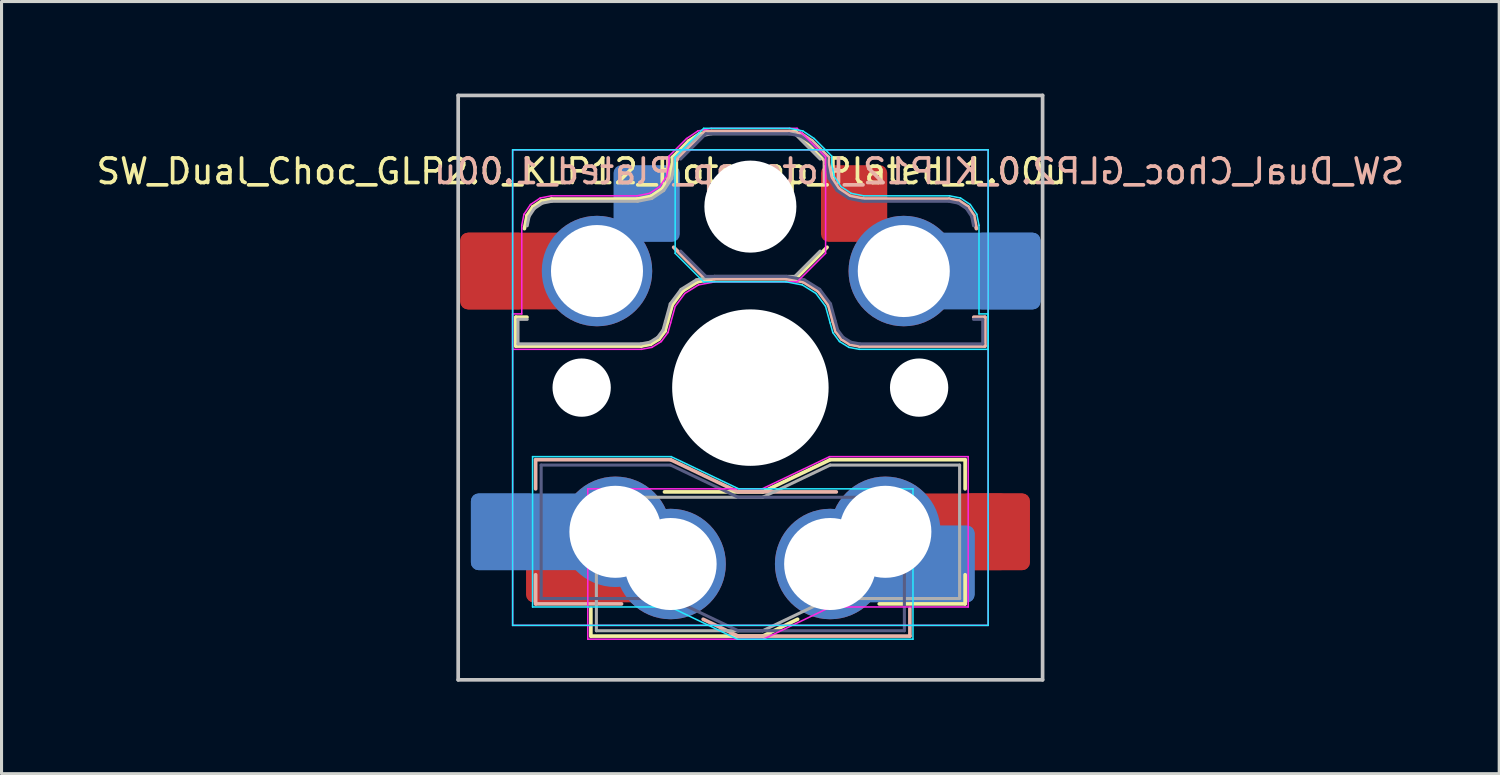
<source format=kicad_pcb>
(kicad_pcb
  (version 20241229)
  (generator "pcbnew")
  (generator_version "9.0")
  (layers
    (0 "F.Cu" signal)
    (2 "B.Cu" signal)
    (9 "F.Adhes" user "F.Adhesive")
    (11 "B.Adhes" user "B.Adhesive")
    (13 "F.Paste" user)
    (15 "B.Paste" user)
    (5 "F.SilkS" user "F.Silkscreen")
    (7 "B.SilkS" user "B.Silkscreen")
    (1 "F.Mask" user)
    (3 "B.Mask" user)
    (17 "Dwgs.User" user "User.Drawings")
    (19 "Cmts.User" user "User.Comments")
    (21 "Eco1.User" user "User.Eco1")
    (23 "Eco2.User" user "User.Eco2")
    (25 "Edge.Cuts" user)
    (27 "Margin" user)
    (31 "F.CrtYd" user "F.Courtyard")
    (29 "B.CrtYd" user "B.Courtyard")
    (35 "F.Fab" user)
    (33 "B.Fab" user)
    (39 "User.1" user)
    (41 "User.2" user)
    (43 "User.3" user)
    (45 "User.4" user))
  (footprint "SW_Dual_Choc_GLP2.0_KLP12_Hotswap_Plated_1.00u"
    (layer "F.Cu")
    (at 21.41 9.585)
    (property "Reference" "SW_Dual_Choc_GLP2.0_KLP12_Hotswap_Plated_1.00u" (at 5.5 -7.05 180) (layer "B.SilkS") (effects (font (size 0.8 0.8) (thickness 0.12)) (justify mirror)))
    (attr smd)
    (fp_line (start -7.646 -2.296) (end -7.646 -1.354) (stroke (width 0.12) (type solid)) (layer "F.SilkS"))
    (fp_line (start -7.646 -1.354) (end -3.56 -1.354) (stroke (width 0.12) (type solid)) (layer "F.SilkS"))
    (fp_line (start -7.283 -2.296) (end -7.646 -2.296) (stroke (width 0.12) (type solid)) (layer "F.SilkS"))
    (fp_line (start -7.281 -5.609) (end -7.366 -5.182) (stroke (width 0.12) (type solid)) (layer "F.SilkS"))
    (fp_line (start -7.092 -5.892) (end -7.281 -5.609) (stroke (width 0.12) (type solid)) (layer "F.SilkS"))
    (fp_line (start -6.809 -6.081) (end -7.092 -5.892) (stroke (width 0.12) (type solid)) (layer "F.SilkS"))
    (fp_line (start -6.482 -6.146) (end -6.809 -6.081) (stroke (width 0.12) (type solid)) (layer "F.SilkS"))
    (fp_line (start -5.2 8.1) (end -5.2 7.2) (stroke (width 0.12) (type solid)) (layer "F.SilkS"))
    (fp_line (start -5.2 8.1) (end 0.4 8.1) (stroke (width 0.12) (type solid)) (layer "F.SilkS"))
    (fp_line (start -3.682 -6.146) (end -6.482 -6.146) (stroke (width 0.12) (type solid)) (layer "F.SilkS"))
    (fp_line (start -3.56 -1.354) (end -3.25 -1.413) (stroke (width 0.12) (type solid)) (layer "F.SilkS"))
    (fp_line (start -3.25 -1.413) (end -2.976 -1.583) (stroke (width 0.12) (type solid)) (layer "F.SilkS"))
    (fp_line (start -3.244 -6.233) (end -3.682 -6.146) (stroke (width 0.12) (type solid)) (layer "F.SilkS"))
    (fp_line (start -2.976 -1.583) (end -2.783 -1.841) (stroke (width 0.12) (type solid)) (layer "F.SilkS"))
    (fp_line (start -2.877 -6.477) (end -3.244 -6.233) (stroke (width 0.12) (type solid)) (layer "F.SilkS"))
    (fp_line (start -2.783 -1.841) (end -2.701 -2.139) (stroke (width 0.12) (type solid)) (layer "F.SilkS"))
    (fp_line (start -2.701 -2.139) (end -2.547 -2.697) (stroke (width 0.12) (type solid)) (layer "F.SilkS"))
    (fp_line (start -2.633 -6.844) (end -2.877 -6.477) (stroke (width 0.12) (type solid)) (layer "F.SilkS"))
    (fp_line (start -2.547 -2.697) (end -2.209 -3.15) (stroke (width 0.12) (type solid)) (layer "F.SilkS"))
    (fp_line (start -2.546 -7.504) (end -2.546 -7.282) (stroke (width 0.12) (type solid)) (layer "F.SilkS"))
    (fp_line (start -2.546 -7.282) (end -2.633 -6.844) (stroke (width 0.12) (type solid)) (layer "F.SilkS"))
    (fp_line (start -2.209 -3.15) (end -1.73 -3.449) (stroke (width 0.12) (type solid)) (layer "F.SilkS"))
    (fp_line (start -2.013 -8.037) (end -2.546 -7.504) (stroke (width 0.12) (type solid)) (layer "F.SilkS"))
    (fp_line (start -1.73 -3.449) (end -1.168 -3.554) (stroke (width 0.12) (type solid)) (layer "F.SilkS"))
    (fp_line (start -1.671 -8.266) (end -2.013 -8.037) (stroke (width 0.12) (type solid)) (layer "F.SilkS"))
    (fp_line (start -1.268 -8.346) (end -1.671 -8.266) (stroke (width 0.12) (type solid)) (layer "F.SilkS"))
    (fp_line (start -1.168 -3.554) (end 1.479 -3.554) (stroke (width 0.12) (type solid)) (layer "F.SilkS"))
    (fp_line (start 0.4 3.4) (end -2.8 3.4) (stroke (width 0.12) (type solid)) (layer "F.SilkS"))
    (fp_line (start 1.479 -8.346) (end -1.268 -8.346) (stroke (width 0.12) (type solid)) (layer "F.SilkS"))
    (fp_line (start 1.479 -3.554) (end 2.5 -4.575) (stroke (width 0.12) (type solid)) (layer "F.SilkS"))
    (fp_line (start 1.54 7.55) (end 0.4 8.1) (stroke (width 0.12) (type solid)) (layer "F.SilkS"))
    (fp_line (start 2.416 -7.409) (end 1.479 -8.346) (stroke (width 0.12) (type solid)) (layer "F.SilkS"))
    (fp_line (start 2.6 2.35) (end 0.4 3.4) (stroke (width 0.12) (type solid)) (layer "F.SilkS"))
    (fp_line (start 7 2.35) (end 2.6 2.35) (stroke (width 0.12) (type solid)) (layer "F.SilkS"))
    (fp_line (start 7 2.35) (end 7 3.3) (stroke (width 0.12) (type solid)) (layer "F.SilkS"))
    (fp_line (start 7 7.05) (end 4.2 7.05) (stroke (width 0.12) (type solid)) (layer "F.SilkS"))
    (fp_line (start 7 7.05) (end 7 6.1) (stroke (width 0.12) (type solid)) (layer "F.SilkS"))
    (fp_line (start -7 2.35) (end -7 3.3) (stroke (width 0.12) (type solid)) (layer "B.SilkS"))
    (fp_line (start -7 2.35) (end -2.6 2.35) (stroke (width 0.12) (type solid)) (layer "B.SilkS"))
    (fp_line (start -7 7.05) (end -7 6.1) (stroke (width 0.12) (type solid)) (layer "B.SilkS"))
    (fp_line (start -7 7.05) (end -4.2 7.05) (stroke (width 0.12) (type solid)) (layer "B.SilkS"))
    (fp_line (start -2.6 2.35) (end -0.4 3.4) (stroke (width 0.12) (type solid)) (layer "B.SilkS"))
    (fp_line (start -2.416 -7.409) (end -1.479 -8.346) (stroke (width 0.12) (type solid)) (layer "B.SilkS"))
    (fp_line (start -1.479 -8.346) (end 1.268 -8.346) (stroke (width 0.12) (type solid)) (layer "B.SilkS"))
    (fp_line (start -1.479 -3.554) (end -2.5 -4.575) (stroke (width 0.12) (type solid)) (layer "B.SilkS"))
    (fp_line (start -0.4 8.1) (end -1.54 7.55) (stroke (width 0.12) (type solid)) (layer "B.SilkS"))
    (fp_line (start 1.168 -3.554) (end -1.479 -3.554) (stroke (width 0.12) (type solid)) (layer "B.SilkS"))
    (fp_line (start 1.268 -8.346) (end 1.671 -8.266) (stroke (width 0.12) (type solid)) (layer "B.SilkS"))
    (fp_line (start 1.671 -8.266) (end 2.013 -8.037) (stroke (width 0.12) (type solid)) (layer "B.SilkS"))
    (fp_line (start 1.73 -3.449) (end 1.168 -3.554) (stroke (width 0.12) (type solid)) (layer "B.SilkS"))
    (fp_line (start 2.013 -8.037) (end 2.546 -7.504) (stroke (width 0.12) (type solid)) (layer "B.SilkS"))
    (fp_line (start 2.209 -3.15) (end 1.73 -3.449) (stroke (width 0.12) (type solid)) (layer "B.SilkS"))
    (fp_line (start 2.546 -7.504) (end 2.546 -7.282) (stroke (width 0.12) (type solid)) (layer "B.SilkS"))
    (fp_line (start 2.546 -7.282) (end 2.633 -6.844) (stroke (width 0.12) (type solid)) (layer "B.SilkS"))
    (fp_line (start 2.547 -2.697) (end 2.209 -3.15) (stroke (width 0.12) (type solid)) (layer "B.SilkS"))
    (fp_line (start 2.633 -6.844) (end 2.877 -6.477) (stroke (width 0.12) (type solid)) (layer "B.SilkS"))
    (fp_line (start 2.701 -2.139) (end 2.547 -2.697) (stroke (width 0.12) (type solid)) (layer "B.SilkS"))
    (fp_line (start 2.783 -1.841) (end 2.701 -2.139) (stroke (width 0.12) (type solid)) (layer "B.SilkS"))
    (fp_line (start 2.8 3.4) (end -0.4 3.4) (stroke (width 0.12) (type solid)) (layer "B.SilkS"))
    (fp_line (start 2.877 -6.477) (end 3.244 -6.233) (stroke (width 0.12) (type solid)) (layer "B.SilkS"))
    (fp_line (start 2.976 -1.583) (end 2.783 -1.841) (stroke (width 0.12) (type solid)) (layer "B.SilkS"))
    (fp_line (start 3.244 -6.233) (end 3.682 -6.146) (stroke (width 0.12) (type solid)) (layer "B.SilkS"))
    (fp_line (start 3.25 -1.413) (end 2.976 -1.583) (stroke (width 0.12) (type solid)) (layer "B.SilkS"))
    (fp_line (start 3.56 -1.354) (end 3.25 -1.413) (stroke (width 0.12) (type solid)) (layer "B.SilkS"))
    (fp_line (start 3.682 -6.146) (end 6.482 -6.146) (stroke (width 0.12) (type solid)) (layer "B.SilkS"))
    (fp_line (start 5.2 8.1) (end -0.4 8.1) (stroke (width 0.12) (type solid)) (layer "B.SilkS"))
    (fp_line (start 5.2 8.1) (end 5.2 7.2) (stroke (width 0.12) (type solid)) (layer "B.SilkS"))
    (fp_line (start 6.482 -6.146) (end 6.809 -6.081) (stroke (width 0.12) (type solid)) (layer "B.SilkS"))
    (fp_line (start 6.809 -6.081) (end 7.092 -5.892) (stroke (width 0.12) (type solid)) (layer "B.SilkS"))
    (fp_line (start 7.092 -5.892) (end 7.281 -5.609) (stroke (width 0.12) (type solid)) (layer "B.SilkS"))
    (fp_line (start 7.281 -5.609) (end 7.366 -5.182) (stroke (width 0.12) (type solid)) (layer "B.SilkS"))
    (fp_line (start 7.283 -2.296) (end 7.646 -2.296) (stroke (width 0.12) (type solid)) (layer "B.SilkS"))
    (fp_line (start 7.646 -2.296) (end 7.646 -1.354) (stroke (width 0.12) (type solid)) (layer "B.SilkS"))
    (fp_line (start 7.646 -1.354) (end 3.56 -1.354) (stroke (width 0.12) (type solid)) (layer "B.SilkS"))
    (fp_line (start -9.525 -9.525) (end -9.525 9.525) (stroke (width 0.12) (type default)) (layer "Dwgs.User"))
    (fp_line (start -9.525 -9.525) (end 9.525 -9.525) (stroke (width 0.12) (type default)) (layer "Dwgs.User"))
    (fp_line (start 9.525 -9.525) (end 9.525 9.525) (stroke (width 0.12) (type default)) (layer "Dwgs.User"))
    (fp_line (start 9.525 9.525) (end -9.525 9.525) (stroke (width 0.12) (type default)) (layer "Dwgs.User"))
    (fp_line (start -7.75 -7.75) (end -7.75 7.75) (stroke (width 0.05) (type solid)) (layer "B.CrtYd"))
    (fp_line (start -7.75 -7.75) (end 7.75 -7.75) (stroke (width 0.05) (type default)) (layer "B.CrtYd"))
    (fp_line (start -7.75 7.75) (end 7.75 7.75) (stroke (width 0.05) (type solid)) (layer "B.CrtYd"))
    (fp_line (start -7.1 2.25) (end -7.1 7.15) (stroke (width 0.05) (type solid)) (layer "B.CrtYd"))
    (fp_line (start -7.1 2.25) (end -2.58 2.25) (stroke (width 0.05) (type solid)) (layer "B.CrtYd"))
    (fp_line (start -7.1 7.15) (end -2.615 7.15) (stroke (width 0.05) (type solid)) (layer "B.CrtYd"))
    (fp_line (start -2.615 7.15) (end -0.425 8.2) (stroke (width 0.05) (type solid)) (layer "B.CrtYd"))
    (fp_line (start -2.58 2.25) (end -0.38 3.3) (stroke (width 0.05) (type solid)) (layer "B.CrtYd"))
    (fp_line (start -2.452 -7.523) (end -1.523 -8.452) (stroke (width 0.05) (type solid)) (layer "B.CrtYd"))
    (fp_line (start -2.452 -4.377) (end -2.452 -7.523) (stroke (width 0.05) (type solid)) (layer "B.CrtYd"))
    (fp_line (start -1.523 -8.452) (end 1.278 -8.452) (stroke (width 0.05) (type solid)) (layer "B.CrtYd"))
    (fp_line (start -1.523 -3.448) (end -2.452 -4.377) (stroke (width 0.05) (type solid)) (layer "B.CrtYd"))
    (fp_line (start 1.159 -3.448) (end -1.523 -3.448) (stroke (width 0.05) (type solid)) (layer "B.CrtYd"))
    (fp_line (start 1.278 -8.452) (end 1.712 -8.366) (stroke (width 0.05) (type solid)) (layer "B.CrtYd"))
    (fp_line (start 1.691 -3.348) (end 1.159 -3.448) (stroke (width 0.05) (type solid)) (layer "B.CrtYd"))
    (fp_line (start 1.712 -8.366) (end 2.081 -8.119) (stroke (width 0.05) (type solid)) (layer "B.CrtYd"))
    (fp_line (start 2.081 -8.119) (end 2.652 -7.548) (stroke (width 0.05) (type solid)) (layer "B.CrtYd"))
    (fp_line (start 2.136 -3.071) (end 1.691 -3.348) (stroke (width 0.05) (type solid)) (layer "B.CrtYd"))
    (fp_line (start 2.45 -2.65) (end 2.136 -3.071) (stroke (width 0.05) (type solid)) (layer "B.CrtYd"))
    (fp_line (start 2.599 -2.111) (end 2.45 -2.65) (stroke (width 0.05) (type solid)) (layer "B.CrtYd"))
    (fp_line (start 2.652 -7.548) (end 2.652 -7.292) (stroke (width 0.05) (type solid)) (layer "B.CrtYd"))
    (fp_line (start 2.652 -7.292) (end 2.733 -6.885) (stroke (width 0.05) (type solid)) (layer "B.CrtYd"))
    (fp_line (start 2.687 -1.794) (end 2.599 -2.111) (stroke (width 0.05) (type solid)) (layer "B.CrtYd"))
    (fp_line (start 2.733 -6.885) (end 2.953 -6.553) (stroke (width 0.05) (type solid)) (layer "B.CrtYd"))
    (fp_line (start 2.903 -1.503) (end 2.687 -1.794) (stroke (width 0.05) (type solid)) (layer "B.CrtYd"))
    (fp_line (start 2.953 -6.553) (end 3.285 -6.333) (stroke (width 0.05) (type solid)) (layer "B.CrtYd"))
    (fp_line (start 3.211 -1.312) (end 2.903 -1.503) (stroke (width 0.05) (type solid)) (layer "B.CrtYd"))
    (fp_line (start 3.285 -6.333) (end 3.692 -6.252) (stroke (width 0.05) (type solid)) (layer "B.CrtYd"))
    (fp_line (start 3.55 -1.248) (end 3.211 -1.312) (stroke (width 0.05) (type solid)) (layer "B.CrtYd"))
    (fp_line (start 3.692 -6.252) (end 6.492 -6.252) (stroke (width 0.05) (type solid)) (layer "B.CrtYd"))
    (fp_line (start 5.3 3.3) (end -0.38 3.3) (stroke (width 0.05) (type solid)) (layer "B.CrtYd"))
    (fp_line (start 5.3 3.3) (end 5.3 8.2) (stroke (width 0.05) (type solid)) (layer "B.CrtYd"))
    (fp_line (start 5.3 8.2) (end -0.425 8.2) (stroke (width 0.05) (type solid)) (layer "B.CrtYd"))
    (fp_line (start 6.492 -6.252) (end 6.85 -6.181) (stroke (width 0.05) (type solid)) (layer "B.CrtYd"))
    (fp_line (start 6.85 -6.181) (end 7.168 -5.968) (stroke (width 0.05) (type solid)) (layer "B.CrtYd"))
    (fp_line (start 7.168 -5.968) (end 7.381 -5.65) (stroke (width 0.05) (type solid)) (layer "B.CrtYd"))
    (fp_line (start 7.381 -5.65) (end 7.452 -5.292) (stroke (width 0.05) (type solid)) (layer "B.CrtYd"))
    (fp_line (start 7.452 -5.292) (end 7.452 -2.402) (stroke (width 0.05) (type solid)) (layer "B.CrtYd"))
    (fp_line (start 7.452 -2.402) (end 7.752 -2.402) (stroke (width 0.05) (type solid)) (layer "B.CrtYd"))
    (fp_line (start 7.75 7.75) (end 7.75 -7.75) (stroke (width 0.05) (type solid)) (layer "B.CrtYd"))
    (fp_line (start 7.752 -2.402) (end 7.752 -1.248) (stroke (width 0.05) (type solid)) (layer "B.CrtYd"))
    (fp_line (start 7.752 -1.248) (end 3.55 -1.248) (stroke (width 0.05) (type solid)) (layer "B.CrtYd"))
    (fp_line (start -7.752 -2.402) (end -7.752 -1.248) (stroke (width 0.05) (type solid)) (layer "F.CrtYd"))
    (fp_line (start -7.752 -1.248) (end -3.55 -1.248) (stroke (width 0.05) (type solid)) (layer "F.CrtYd"))
    (fp_line (start -7.75 -7.75) (end 7.75 -7.75) (stroke (width 0.05) (type default)) (layer "F.CrtYd"))
    (fp_line (start -7.75 7.75) (end -7.75 -7.75) (stroke (width 0.05) (type solid)) (layer "F.CrtYd"))
    (fp_line (start -7.452 -5.292) (end -7.452 -2.402) (stroke (width 0.05) (type solid)) (layer "F.CrtYd"))
    (fp_line (start -7.452 -2.402) (end -7.752 -2.402) (stroke (width 0.05) (type solid)) (layer "F.CrtYd"))
    (fp_line (start -7.381 -5.65) (end -7.452 -5.292) (stroke (width 0.05) (type solid)) (layer "F.CrtYd"))
    (fp_line (start -7.168 -5.968) (end -7.381 -5.65) (stroke (width 0.05) (type solid)) (layer "F.CrtYd"))
    (fp_line (start -6.85 -6.181) (end -7.168 -5.968) (stroke (width 0.05) (type solid)) (layer "F.CrtYd"))
    (fp_line (start -6.492 -6.252) (end -6.85 -6.181) (stroke (width 0.05) (type solid)) (layer "F.CrtYd"))
    (fp_line (start -5.3 3.3) (end -5.3 8.2) (stroke (width 0.05) (type solid)) (layer "F.CrtYd"))
    (fp_line (start -5.3 3.3) (end 0.38 3.3) (stroke (width 0.05) (type solid)) (layer "F.CrtYd"))
    (fp_line (start -5.3 8.2) (end 0.425 8.2) (stroke (width 0.05) (type solid)) (layer "F.CrtYd"))
    (fp_line (start -3.692 -6.252) (end -6.492 -6.252) (stroke (width 0.05) (type solid)) (layer "F.CrtYd"))
    (fp_line (start -3.55 -1.248) (end -3.211 -1.312) (stroke (width 0.05) (type solid)) (layer "F.CrtYd"))
    (fp_line (start -3.285 -6.333) (end -3.692 -6.252) (stroke (width 0.05) (type solid)) (layer "F.CrtYd"))
    (fp_line (start -3.211 -1.312) (end -2.903 -1.503) (stroke (width 0.05) (type solid)) (layer "F.CrtYd"))
    (fp_line (start -2.953 -6.553) (end -3.285 -6.333) (stroke (width 0.05) (type solid)) (layer "F.CrtYd"))
    (fp_line (start -2.903 -1.503) (end -2.687 -1.794) (stroke (width 0.05) (type solid)) (layer "F.CrtYd"))
    (fp_line (start -2.733 -6.885) (end -2.953 -6.553) (stroke (width 0.05) (type solid)) (layer "F.CrtYd"))
    (fp_line (start -2.687 -1.794) (end -2.599 -2.111) (stroke (width 0.05) (type solid)) (layer "F.CrtYd"))
    (fp_line (start -2.652 -7.548) (end -2.652 -7.292) (stroke (width 0.05) (type solid)) (layer "F.CrtYd"))
    (fp_line (start -2.652 -7.292) (end -2.733 -6.885) (stroke (width 0.05) (type solid)) (layer "F.CrtYd"))
    (fp_line (start -2.599 -2.111) (end -2.45 -2.65) (stroke (width 0.05) (type solid)) (layer "F.CrtYd"))
    (fp_line (start -2.45 -2.65) (end -2.136 -3.071) (stroke (width 0.05) (type solid)) (layer "F.CrtYd"))
    (fp_line (start -2.136 -3.071) (end -1.691 -3.348) (stroke (width 0.05) (type solid)) (layer "F.CrtYd"))
    (fp_line (start -2.081 -8.119) (end -2.652 -7.548) (stroke (width 0.05) (type solid)) (layer "F.CrtYd"))
    (fp_line (start -1.712 -8.366) (end -2.081 -8.119) (stroke (width 0.05) (type solid)) (layer "F.CrtYd"))
    (fp_line (start -1.691 -3.348) (end -1.159 -3.448) (stroke (width 0.05) (type solid)) (layer "F.CrtYd"))
    (fp_line (start -1.278 -8.452) (end -1.712 -8.366) (stroke (width 0.05) (type solid)) (layer "F.CrtYd"))
    (fp_line (start -1.159 -3.448) (end 1.523 -3.448) (stroke (width 0.05) (type solid)) (layer "F.CrtYd"))
    (fp_line (start 1.523 -8.452) (end -1.278 -8.452) (stroke (width 0.05) (type solid)) (layer "F.CrtYd"))
    (fp_line (start 1.523 -3.448) (end 2.452 -4.377) (stroke (width 0.05) (type solid)) (layer "F.CrtYd"))
    (fp_line (start 2.452 -7.523) (end 1.523 -8.452) (stroke (width 0.05) (type solid)) (layer "F.CrtYd"))
    (fp_line (start 2.452 -4.377) (end 2.452 -7.523) (stroke (width 0.05) (type solid)) (layer "F.CrtYd"))
    (fp_line (start 2.58 2.25) (end 0.38 3.3) (stroke (width 0.05) (type solid)) (layer "F.CrtYd"))
    (fp_line (start 2.615 7.15) (end 0.425 8.2) (stroke (width 0.05) (type solid)) (layer "F.CrtYd"))
    (fp_line (start 7.1 2.25) (end 2.58 2.25) (stroke (width 0.05) (type solid)) (layer "F.CrtYd"))
    (fp_line (start 7.1 2.25) (end 7.1 7.15) (stroke (width 0.05) (type solid)) (layer "F.CrtYd"))
    (fp_line (start 7.1 7.15) (end 2.615 7.15) (stroke (width 0.05) (type solid)) (layer "F.CrtYd"))
    (fp_line (start 7.75 -7.75) (end 7.75 7.75) (stroke (width 0.05) (type solid)) (layer "F.CrtYd"))
    (fp_line (start 7.75 7.75) (end -7.75 7.75) (stroke (width 0.05) (type solid)) (layer "F.CrtYd"))
    (fp_line (start -6.82 2.525) (end -6.82 6.875) (stroke (width 0.1) (type solid)) (layer "B.Fab"))
    (fp_line (start -6.82 2.525) (end -2.6 2.525) (stroke (width 0.1) (type solid)) (layer "B.Fab"))
    (fp_line (start -6.82 6.875) (end -2.6 6.875) (stroke (width 0.1) (type solid)) (layer "B.Fab"))
    (fp_line (start -2.6 2.525) (end -0.4 3.575) (stroke (width 0.1) (type solid)) (layer "B.Fab"))
    (fp_line (start -2.6 6.875) (end -0.4 7.925) (stroke (width 0.1) (type solid)) (layer "B.Fab"))
    (fp_line (start -2.275 -7.45) (end -1.45 -8.275) (stroke (width 0.1) (type solid)) (layer "B.Fab"))
    (fp_line (start -1.45 -8.275) (end 1.261 -8.275) (stroke (width 0.1) (type solid)) (layer "B.Fab"))
    (fp_line (start -1.45 -3.625) (end -2.275 -4.45) (stroke (width 0.1) (type solid)) (layer "B.Fab"))
    (fp_line (start 0.4 7.925) (end -0.4 7.925) (stroke (width 0.1) (type solid)) (layer "B.Fab"))
    (fp_line (start 1.175 -3.625) (end -1.45 -3.625) (stroke (width 0.1) (type solid)) (layer "B.Fab"))
    (fp_line (start 1.261 -8.275) (end 1.643 -8.199) (stroke (width 0.1) (type solid)) (layer "B.Fab"))
    (fp_line (start 1.643 -8.199) (end 1.968 -7.982) (stroke (width 0.1) (type solid)) (layer "B.Fab"))
    (fp_line (start 1.756 -3.516) (end 1.175 -3.625) (stroke (width 0.1) (type solid)) (layer "B.Fab"))
    (fp_line (start 1.968 -7.982) (end 2.475 -7.475) (stroke (width 0.1) (type solid)) (layer "B.Fab"))
    (fp_line (start 2.258 -3.203) (end 1.756 -3.516) (stroke (width 0.1) (type solid)) (layer "B.Fab"))
    (fp_line (start 2.475 -7.475) (end 2.475 -7.275) (stroke (width 0.1) (type solid)) (layer "B.Fab"))
    (fp_line (start 2.475 -7.275) (end 2.566 -6.816) (stroke (width 0.1) (type solid)) (layer "B.Fab"))
    (fp_line (start 2.566 -6.816) (end 2.826 -6.426) (stroke (width 0.1) (type solid)) (layer "B.Fab"))
    (fp_line (start 2.612 -2.729) (end 2.258 -3.203) (stroke (width 0.1) (type solid)) (layer "B.Fab"))
    (fp_line (start 2.769 -2.158) (end 2.612 -2.729) (stroke (width 0.1) (type solid)) (layer "B.Fab"))
    (fp_line (start 2.826 -6.426) (end 3.216 -6.166) (stroke (width 0.1) (type solid)) (layer "B.Fab"))
    (fp_line (start 2.848 -1.873) (end 2.769 -2.158) (stroke (width 0.1) (type solid)) (layer "B.Fab"))
    (fp_line (start 3.025 -1.636) (end 2.848 -1.873) (stroke (width 0.1) (type solid)) (layer "B.Fab"))
    (fp_line (start 3.216 -6.166) (end 3.675 -6.075) (stroke (width 0.1) (type solid)) (layer "B.Fab"))
    (fp_line (start 3.276 -1.48) (end 3.025 -1.636) (stroke (width 0.1) (type solid)) (layer "B.Fab"))
    (fp_line (start 3.567 -1.425) (end 3.276 -1.48) (stroke (width 0.1) (type solid)) (layer "B.Fab"))
    (fp_line (start 3.675 -6.075) (end 6.475 -6.075) (stroke (width 0.1) (type solid)) (layer "B.Fab"))
    (fp_line (start 5.02 3.575) (end -0.4 3.575) (stroke (width 0.1) (type solid)) (layer "B.Fab"))
    (fp_line (start 5.02 3.575) (end 5.02 7.925) (stroke (width 0.1) (type solid)) (layer "B.Fab"))
    (fp_line (start 5.02 7.925) (end 0.4 7.925) (stroke (width 0.1) (type solid)) (layer "B.Fab"))
    (fp_line (start 6.475 -6.075) (end 6.781 -6.014) (stroke (width 0.1) (type solid)) (layer "B.Fab"))
    (fp_line (start 6.781 -6.014) (end 7.041 -5.841) (stroke (width 0.1) (type solid)) (layer "B.Fab"))
    (fp_line (start 7.041 -5.841) (end 7.214 -5.581) (stroke (width 0.1) (type solid)) (layer "B.Fab"))
    (fp_line (start 7.214 -5.581) (end 7.275 -5.275) (stroke (width 0.1) (type solid)) (layer "B.Fab"))
    (fp_line (start 7.275 -2.225) (end 7.575 -2.225) (stroke (width 0.1) (type solid)) (layer "B.Fab"))
    (fp_line (start 7.575 -2.225) (end 7.575 -1.425) (stroke (width 0.1) (type solid)) (layer "B.Fab"))
    (fp_line (start 7.575 -1.425) (end 3.567 -1.425) (stroke (width 0.1) (type solid)) (layer "B.Fab"))
    (fp_line (start -7.575 -2.225) (end -7.575 -1.425) (stroke (width 0.1) (type solid)) (layer "F.Fab"))
    (fp_line (start -7.575 -1.425) (end -3.567 -1.425) (stroke (width 0.1) (type solid)) (layer "F.Fab"))
    (fp_line (start -7.275 -2.225) (end -7.575 -2.225) (stroke (width 0.1) (type solid)) (layer "F.Fab"))
    (fp_line (start -7.214 -5.581) (end -7.275 -5.275) (stroke (width 0.1) (type solid)) (layer "F.Fab"))
    (fp_line (start -7.041 -5.841) (end -7.214 -5.581) (stroke (width 0.1) (type solid)) (layer "F.Fab"))
    (fp_line (start -6.781 -6.014) (end -7.041 -5.841) (stroke (width 0.1) (type solid)) (layer "F.Fab"))
    (fp_line (start -6.475 -6.075) (end -6.781 -6.014) (stroke (width 0.1) (type solid)) (layer "F.Fab"))
    (fp_line (start -5.02 3.575) (end -5.02 7.925) (stroke (width 0.1) (type solid)) (layer "F.Fab"))
    (fp_line (start -5.02 3.575) (end 0.4 3.575) (stroke (width 0.1) (type solid)) (layer "F.Fab"))
    (fp_line (start -5.02 7.925) (end -0.4 7.925) (stroke (width 0.1) (type solid)) (layer "F.Fab"))
    (fp_line (start -3.675 -6.075) (end -6.475 -6.075) (stroke (width 0.1) (type solid)) (layer "F.Fab"))
    (fp_line (start -3.567 -1.425) (end -3.276 -1.48) (stroke (width 0.1) (type solid)) (layer "F.Fab"))
    (fp_line (start -3.276 -1.48) (end -3.025 -1.636) (stroke (width 0.1) (type solid)) (layer "F.Fab"))
    (fp_line (start -3.216 -6.166) (end -3.675 -6.075) (stroke (width 0.1) (type solid)) (layer "F.Fab"))
    (fp_line (start -3.025 -1.636) (end -2.848 -1.873) (stroke (width 0.1) (type solid)) (layer "F.Fab"))
    (fp_line (start -2.848 -1.873) (end -2.769 -2.158) (stroke (width 0.1) (type solid)) (layer "F.Fab"))
    (fp_line (start -2.826 -6.426) (end -3.216 -6.166) (stroke (width 0.1) (type solid)) (layer "F.Fab"))
    (fp_line (start -2.769 -2.158) (end -2.612 -2.729) (stroke (width 0.1) (type solid)) (layer "F.Fab"))
    (fp_line (start -2.612 -2.729) (end -2.258 -3.203) (stroke (width 0.1) (type solid)) (layer "F.Fab"))
    (fp_line (start -2.566 -6.816) (end -2.826 -6.426) (stroke (width 0.1) (type solid)) (layer "F.Fab"))
    (fp_line (start -2.475 -7.475) (end -2.475 -7.275) (stroke (width 0.1) (type solid)) (layer "F.Fab"))
    (fp_line (start -2.475 -7.275) (end -2.566 -6.816) (stroke (width 0.1) (type solid)) (layer "F.Fab"))
    (fp_line (start -2.258 -3.203) (end -1.756 -3.516) (stroke (width 0.1) (type solid)) (layer "F.Fab"))
    (fp_line (start -1.968 -7.982) (end -2.475 -7.475) (stroke (width 0.1) (type solid)) (layer "F.Fab"))
    (fp_line (start -1.756 -3.516) (end -1.175 -3.625) (stroke (width 0.1) (type solid)) (layer "F.Fab"))
    (fp_line (start -1.643 -8.199) (end -1.968 -7.982) (stroke (width 0.1) (type solid)) (layer "F.Fab"))
    (fp_line (start -1.261 -8.275) (end -1.643 -8.199) (stroke (width 0.1) (type solid)) (layer "F.Fab"))
    (fp_line (start -1.175 -3.625) (end 1.45 -3.625) (stroke (width 0.1) (type solid)) (layer "F.Fab"))
    (fp_line (start -0.4 7.925) (end 0.4 7.925) (stroke (width 0.1) (type solid)) (layer "F.Fab"))
    (fp_line (start 1.45 -8.275) (end -1.261 -8.275) (stroke (width 0.1) (type solid)) (layer "F.Fab"))
    (fp_line (start 1.45 -3.625) (end 2.275 -4.45) (stroke (width 0.1) (type solid)) (layer "F.Fab"))
    (fp_line (start 2.275 -7.45) (end 1.45 -8.275) (stroke (width 0.1) (type solid)) (layer "F.Fab"))
    (fp_line (start 2.6 2.525) (end 0.4 3.575) (stroke (width 0.1) (type solid)) (layer "F.Fab"))
    (fp_line (start 2.6 6.875) (end 0.4 7.925) (stroke (width 0.1) (type solid)) (layer "F.Fab"))
    (fp_line (start 6.82 2.525) (end 2.6 2.525) (stroke (width 0.1) (type solid)) (layer "F.Fab"))
    (fp_line (start 6.82 2.525) (end 6.82 6.875) (stroke (width 0.1) (type solid)) (layer "F.Fab"))
    (fp_line (start 6.82 6.875) (end 2.6 6.875) (stroke (width 0.1) (type solid)) (layer "F.Fab"))
    (fp_rect (start -7.05 -7.05) (end 7.05 7.05) (stroke (width 0.12) (type default)) (fill no) (layer "User.1"))
    (fp_text user "${REFERENCE}" (at -5.5 -7.05 0) (layer "F.SilkS") (effects (font (size 0.8 0.8) (thickness 0.12))))
    (pad "" np_thru_hole circle (at -5.5 0) (size 1.9 1.9) (drill 1.9) (layers "*.Cu" "*.Mask"))
    (pad "" np_thru_hole circle (at 0 -5.9) (size 3 3) (drill 3) (layers "*.Cu" "*.Mask"))
    (pad "" np_thru_hole circle (at 0 0) (size 5.1 5.1) (drill 5.1) (layers "*.Cu" "*.Mask"))
    (pad "" np_thru_hole circle (at 5.5 0) (size 1.9 1.9) (drill 1.9) (layers "*.Cu" "*.Mask"))
    (pad "1" thru_hole circle (at 2.6 5.75) (size 3.6 3.6) (drill 3) (layers "*.Cu" "*.Mask"))
    (pad "1" smd roundrect (at 3.381 -6) (size 2.159 2.5) (layers "F.Cu" "F.Mask" "F.Paste") (roundrect_rratio 0.116))
    (pad "1" thru_hole circle (at 4.4 4.7) (size 3.6 3.6) (drill 3) (layers "*.Cu" "*.Mask"))
    (pad "1" thru_hole circle (at 5 -3.8) (size 3.6 3.6) (drill 3) (layers "*.Cu" "*.Mask"))
    (pad "1" smd roundrect (at 5.383 5.75) (size 3.85 2.5) (layers "B.Cu") (roundrect_rratio 0.1))
    (pad "1" smd roundrect (at 6.229 5.75) (size 2.159 2.5) (layers "B.Cu" "B.Mask" "B.Paste") (roundrect_rratio 0.116))
    (pad "1" smd roundrect (at 7.185 4.7) (size 3.85 2.5) (layers "F.Cu") (roundrect_rratio 0.1))
    (pad "1" smd roundrect (at 7.53 -3.8) (size 3.85 2.5) (layers "B.Cu") (roundrect_rratio 0.1))
    (pad "1" smd roundrect (at 7.62 4.7) (size 1.6 2.5) (layers "F.Cu" "F.Mask" "F.Paste") (roundrect_rratio 0.156))
    (pad "1" smd roundrect (at 8.03 4.7) (size 2.159 2.5) (layers "F.Cu" "F.Mask" "F.Paste") (roundrect_rratio 0.116))
    (pad "1" smd roundrect (at 8.376 -3.8) (size 2.159 2.5) (layers "B.Cu" "B.Mask" "B.Paste") (roundrect_rratio 0.116))
    (pad "2" smd roundrect (at -8.376 -3.8) (size 2.159 2.5) (layers "F.Cu" "F.Mask" "F.Paste") (roundrect_rratio 0.116))
    (pad "2" smd roundrect (at -8.03 4.7) (size 2.159 2.5) (layers "B.Cu" "B.Mask" "B.Paste") (roundrect_rratio 0.116))
    (pad "2" smd roundrect (at -7.53 -3.8) (size 3.85 2.5) (layers "F.Cu") (roundrect_rratio 0.1))
    (pad "2" smd roundrect (at -7.185 4.7) (size 3.85 2.5) (layers "B.Cu") (roundrect_rratio 0.1))
    (pad "2" smd roundrect (at -6.229 5.75) (size 2.159 2.5) (layers "F.Cu" "F.Mask" "F.Paste") (roundrect_rratio 0.116))
    (pad "2" smd roundrect (at -5.383 5.75) (size 3.85 2.5) (layers "F.Cu") (roundrect_rratio 0.1))
    (pad "2" thru_hole circle (at -5 -3.8) (size 3.6 3.6) (drill 3) (layers "*.Cu" "*.Mask"))
    (pad "2" thru_hole circle (at -4.4 4.7) (size 3.6 3.6) (drill 3) (layers "*.Cu" "*.Mask"))
    (pad "2" smd roundrect (at -3.381 -6) (size 2.159 2.5) (layers "B.Cu" "B.Mask" "B.Paste") (roundrect_rratio 0.116))
    (pad "2" thru_hole circle (at -2.6 5.75) (size 3.6 3.6) (drill 3) (layers "*.Cu" "*.Mask")))
  (gr_rect
    (start -3 -3)
    (end 45.819 22.17)
    (stroke (width 0.1) (type default))
    (fill no)
    (layer "Edge.Cuts")))
</source>
